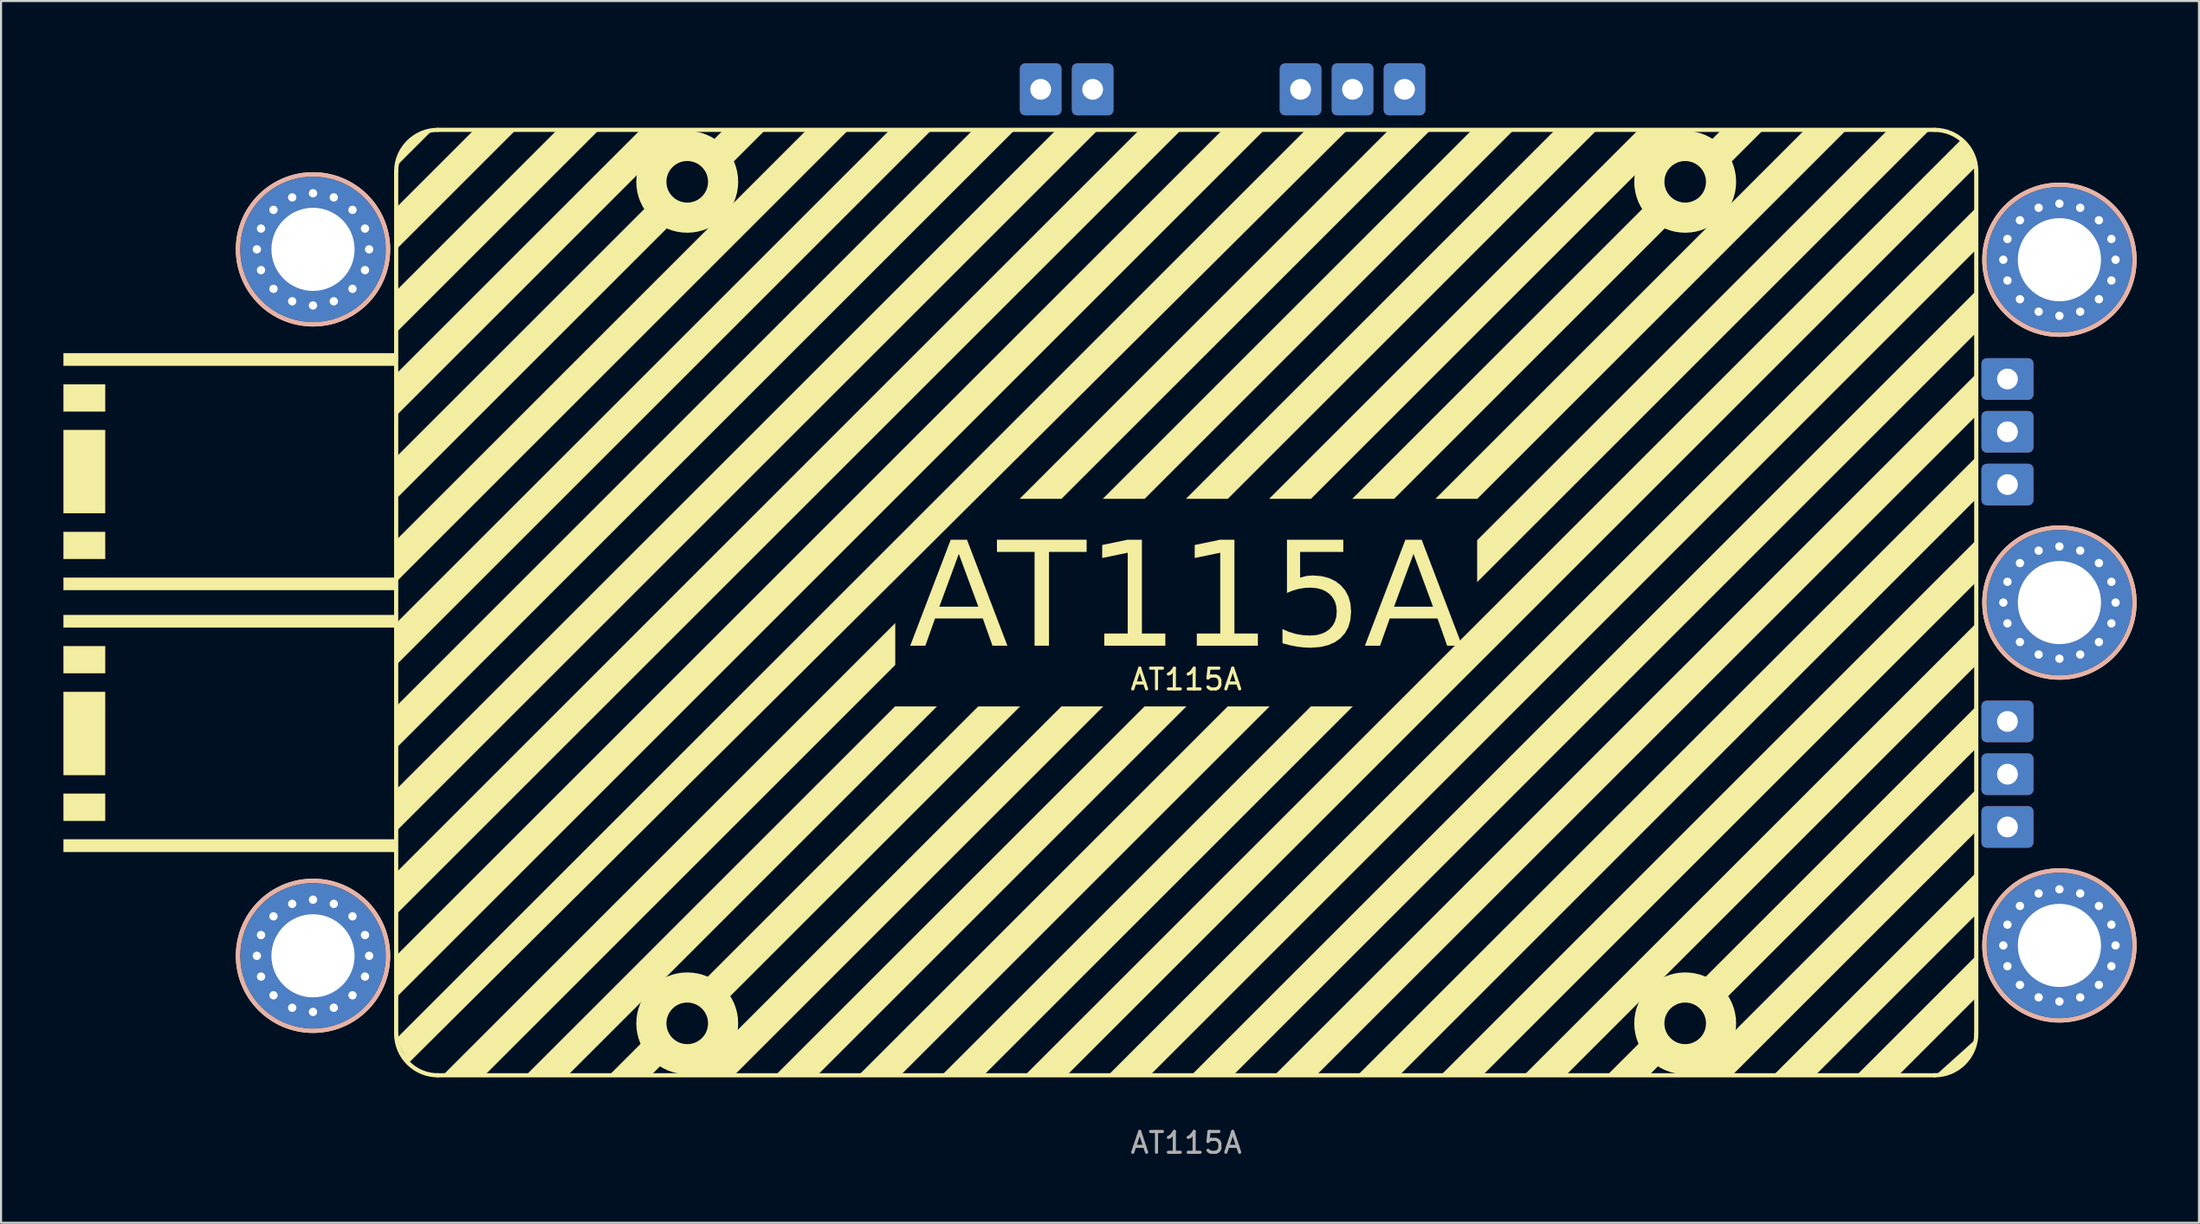
<source format=kicad_pcb>
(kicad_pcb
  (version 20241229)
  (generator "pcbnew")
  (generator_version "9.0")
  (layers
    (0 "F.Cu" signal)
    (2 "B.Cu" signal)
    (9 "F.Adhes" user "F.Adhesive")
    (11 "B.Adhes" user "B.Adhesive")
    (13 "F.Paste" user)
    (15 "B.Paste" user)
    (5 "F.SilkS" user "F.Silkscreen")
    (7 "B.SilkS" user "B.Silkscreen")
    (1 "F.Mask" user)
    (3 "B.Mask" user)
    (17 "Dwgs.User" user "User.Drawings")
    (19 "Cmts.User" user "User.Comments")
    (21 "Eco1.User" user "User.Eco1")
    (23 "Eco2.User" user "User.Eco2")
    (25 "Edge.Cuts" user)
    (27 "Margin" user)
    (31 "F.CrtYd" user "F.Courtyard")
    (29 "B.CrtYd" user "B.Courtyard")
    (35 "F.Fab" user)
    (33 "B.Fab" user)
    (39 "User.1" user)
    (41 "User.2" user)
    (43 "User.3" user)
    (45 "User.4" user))
  (footprint "AT115A"
    (layer "F.Cu")
    (at 54.005 25.95)
    (property "Reference" "AT115A" (at 0 3.7 0) (unlocked yes) (layer "F.SilkS") (effects (font (size 1 1) (thickness 0.15))))
    (attr exclude_from_pos_files exclude_from_bom)
    (fp_line (start -38 -20.75) (end -38 20.75) (stroke (width 0.2) (type default)) (layer "F.SilkS"))
    (fp_line (start -36 22.75) (end 36 22.75) (stroke (width 0.2) (type default)) (layer "F.SilkS"))
    (fp_line (start 36 -22.75) (end -36 -22.75) (stroke (width 0.2) (type default)) (layer "F.SilkS"))
    (fp_line (start 38 20.75) (end 38 -20.75) (stroke (width 0.2) (type default)) (layer "F.SilkS"))
    (fp_rect (start -54 -12) (end -38 -11.4) (stroke (width 0.01) (type solid)) (fill yes) (layer "F.SilkS"))
    (fp_rect (start -54 -10.5) (end -52 -9.2) (stroke (width 0.01) (type solid)) (fill yes) (layer "F.SilkS"))
    (fp_rect (start -54 -8.3) (end -52 -4.3) (stroke (width 0.01) (type solid)) (fill yes) (layer "F.SilkS"))
    (fp_rect (start -54 -3.4) (end -52 -2.1) (stroke (width 0.01) (type solid)) (fill yes) (layer "F.SilkS"))
    (fp_rect (start -54 -1.2) (end -38 -0.6) (stroke (width 0.01) (type solid)) (fill yes) (layer "F.SilkS"))
    (fp_rect (start -54 0.6) (end -38 1.2) (stroke (width 0.01) (type solid)) (fill yes) (layer "F.SilkS"))
    (fp_rect (start -54 2.1) (end -52 3.4) (stroke (width 0.01) (type solid)) (fill yes) (layer "F.SilkS"))
    (fp_rect (start -54 4.3) (end -52 8.3) (stroke (width 0.01) (type solid)) (fill yes) (layer "F.SilkS"))
    (fp_rect (start -54 9.2) (end -52 10.5) (stroke (width 0.01) (type solid)) (fill yes) (layer "F.SilkS"))
    (fp_rect (start -54 11.4) (end -38 12) (stroke (width 0.01) (type solid)) (fill yes) (layer "F.SilkS"))
    (fp_arc (start -38 -20.75) (mid -37.414214 -22.164214) (end -36 -22.75) (stroke (width 0.2) (type default)) (layer "F.SilkS"))
    (fp_arc (start -36 22.75) (mid -37.414214 22.164214) (end -38 20.75) (stroke (width 0.2) (type default)) (layer "F.SilkS"))
    (fp_arc (start 36 -22.75) (mid 37.414214 -22.164214) (end 38 -20.75) (stroke (width 0.2) (type default)) (layer "F.SilkS"))
    (fp_arc (start 38 20.75) (mid 37.414214 22.164214) (end 36 22.75) (stroke (width 0.2) (type default)) (layer "F.SilkS"))
    (fp_circle (center -42 -17) (end -38.388 -17) (stroke (width 0.2) (type default)) (fill no) (layer "F.SilkS"))
    (fp_circle (center -42 17) (end -38.388 17) (stroke (width 0.2) (type default)) (fill no) (layer "F.SilkS"))
    (fp_circle (center -24 -20.25) (end -22.5 -20.2) (stroke (width 1) (type default)) (fill no) (layer "F.SilkS"))
    (fp_circle (center -24 -20.25) (end -21.8 -20.25) (stroke (width 0.5) (type default)) (fill no) (layer "F.SilkS"))
    (fp_circle (center -24 20.25) (end -22.5 20.3) (stroke (width 1) (type default)) (fill no) (layer "F.SilkS"))
    (fp_circle (center -24 20.25) (end -21.8 20.25) (stroke (width 0.5) (type default)) (fill no) (layer "F.SilkS"))
    (fp_circle (center 24 -20.25) (end 25.5 -20.25) (stroke (width 1) (type default)) (fill no) (layer "F.SilkS"))
    (fp_circle (center 24 -20.25) (end 26.2 -20.25) (stroke (width 0.5) (type default)) (fill no) (layer "F.SilkS"))
    (fp_circle (center 24 20.25) (end 25.5 20.3) (stroke (width 1) (type default)) (fill no) (layer "F.SilkS"))
    (fp_circle (center 24 20.25) (end 26.2 20.25) (stroke (width 0.5) (type default)) (fill no) (layer "F.SilkS"))
    (fp_circle (center 42 -16.5) (end 45.612 -16.5) (stroke (width 0.2) (type default)) (fill no) (layer "F.SilkS"))
    (fp_circle (center 42 0) (end 45.612 0) (stroke (width 0.2) (type default)) (fill no) (layer "F.SilkS"))
    (fp_circle (center 42 16.5) (end 45.612 16.5) (stroke (width 0.2) (type default)) (fill no) (layer "F.SilkS"))
    (fp_poly (pts (xy -38 -19) (xy -34.2 -22.8) (xy -32.2 -22.8) (xy -38 -17)) (stroke (width 0.01) (type solid)) (fill yes) (layer "F.SilkS"))
    (fp_poly (pts (xy -38 -15) (xy -30.2 -22.8) (xy -28.2 -22.8) (xy -38 -13)) (stroke (width 0.01) (type solid)) (fill yes) (layer "F.SilkS"))
    (fp_poly (pts (xy -38 -11) (xy -26.2 -22.8) (xy -24.2 -22.8) (xy -38 -9)) (stroke (width 0.01) (type solid)) (fill yes) (layer "F.SilkS"))
    (fp_poly (pts (xy -38 -7) (xy -25.6 -19.4) (xy -24.4 -18.6) (xy -38 -5)) (stroke (width 0.01) (type solid)) (fill yes) (layer "F.SilkS"))
    (fp_poly (pts (xy -38 -3) (xy -18.2 -22.8) (xy -16.2 -22.8) (xy -38 -1)) (stroke (width 0.01) (type solid)) (fill yes) (layer "F.SilkS"))
    (fp_poly (pts (xy -38 1) (xy -14.2 -22.8) (xy -12.2 -22.8) (xy -38 3)) (stroke (width 0.01) (type solid)) (fill yes) (layer "F.SilkS"))
    (fp_poly (pts (xy -38 5) (xy -10.2 -22.8) (xy -8.2 -22.8) (xy -38 7)) (stroke (width 0.01) (type solid)) (fill yes) (layer "F.SilkS"))
    (fp_poly (pts (xy -38 9) (xy -6.2 -22.8) (xy -4.2 -22.8) (xy -38 11)) (stroke (width 0.01) (type solid)) (fill yes) (layer "F.SilkS"))
    (fp_poly (pts (xy -38 13) (xy -2.2 -22.8) (xy -0.2 -22.8) (xy -38 15)) (stroke (width 0.01) (type solid)) (fill yes) (layer "F.SilkS"))
    (fp_poly (pts (xy -38 17) (xy 1.8 -22.8) (xy 3.8 -22.8) (xy -38 19)) (stroke (width 0.01) (type solid)) (fill yes) (layer "F.SilkS"))
    (fp_poly (pts (xy -38 21) (xy 5.8 -22.8) (xy 7.8 -22.8) (xy -37.414 22.164)) (stroke (width 0.01) (type solid)) (fill yes) (layer "F.SilkS"))
    (fp_poly (pts (xy -37.8 -21.6) (xy -37.2 -22.4) (xy -36.2 -22.8) (xy -38 -21)) (stroke (width 0.01) (type solid)) (fill yes) (layer "F.SilkS"))
    (fp_poly (pts (xy -35.8 22.8) (xy -14 1) (xy -14 3) (xy -33.8 22.8)) (stroke (width 0.01) (type solid)) (fill yes) (layer "F.SilkS"))
    (fp_poly (pts (xy -31.8 22.8) (xy -14 5) (xy -12 5) (xy -29.8 22.8)) (stroke (width 0.01) (type solid)) (fill yes) (layer "F.SilkS"))
    (fp_poly (pts (xy -27.8 22.8) (xy -25.4 20.4) (xy -24.4 21.4) (xy -25.8 22.8)) (stroke (width 0.01) (type solid)) (fill yes) (layer "F.SilkS"))
    (fp_poly (pts (xy -23.8 22.8) (xy -6 5) (xy -4 5) (xy -21.8 22.8)) (stroke (width 0.01) (type solid)) (fill yes) (layer "F.SilkS"))
    (fp_poly (pts (xy -23.6 18.6) (xy -10 5) (xy -8 5) (xy -22.6 19.6)) (stroke (width 0.01) (type solid)) (fill yes) (layer "F.SilkS"))
    (fp_poly (pts (xy -20.2 -22.8) (xy -22.6 -20.4) (xy -23.6 -21.4) (xy -22.2 -22.8)) (stroke (width 0.01) (type solid)) (fill yes) (layer "F.SilkS"))
    (fp_poly (pts (xy -19.8 22.8) (xy -2 5) (xy 0 5) (xy -17.8 22.8)) (stroke (width 0.01) (type solid)) (fill yes) (layer "F.SilkS"))
    (fp_poly (pts (xy -15.8 22.8) (xy 2 5) (xy 4 5) (xy -13.8 22.8)) (stroke (width 0.01) (type solid)) (fill yes) (layer "F.SilkS"))
    (fp_poly (pts (xy -11.8 22.8) (xy 6 5) (xy 8 5) (xy -9.8 22.8)) (stroke (width 0.01) (type solid)) (fill yes) (layer "F.SilkS"))
    (fp_poly (pts (xy -8 -5) (xy 9.8 -22.8) (xy 11.8 -22.8) (xy -6 -5)) (stroke (width 0.01) (type solid)) (fill yes) (layer "F.SilkS"))
    (fp_poly (pts (xy -7.8 22.8) (xy 37.3 -22.3) (xy 38.05 -21.05) (xy -5.8 22.8)) (stroke (width 0.01) (type solid)) (fill yes) (layer "F.SilkS"))
    (fp_poly (pts (xy -4 -5) (xy 13.8 -22.8) (xy 15.8 -22.8) (xy -2 -5)) (stroke (width 0.01) (type solid)) (fill yes) (layer "F.SilkS"))
    (fp_poly (pts (xy -3.8 22.8) (xy 38 -19) (xy 38 -17) (xy -1.8 22.8)) (stroke (width 0.01) (type solid)) (fill yes) (layer "F.SilkS"))
    (fp_poly (pts (xy 0 -5) (xy 17.8 -22.8) (xy 19.8 -22.8) (xy 2 -5)) (stroke (width 0.01) (type solid)) (fill yes) (layer "F.SilkS"))
    (fp_poly (pts (xy 0.2 22.8) (xy 38 -15) (xy 38 -13) (xy 2.2 22.8)) (stroke (width 0.01) (type solid)) (fill yes) (layer "F.SilkS"))
    (fp_poly (pts (xy 4 -5) (xy 21.8 -22.8) (xy 23.8 -22.8) (xy 6 -5)) (stroke (width 0.01) (type solid)) (fill yes) (layer "F.SilkS"))
    (fp_poly (pts (xy 4.2 22.8) (xy 38 -11) (xy 38 -9) (xy 6.2 22.8)) (stroke (width 0.01) (type solid)) (fill yes) (layer "F.SilkS"))
    (fp_poly (pts (xy 8 -5) (xy 22.6 -19.6) (xy 23.8 -18.8) (xy 10 -5)) (stroke (width 0.01) (type solid)) (fill yes) (layer "F.SilkS"))
    (fp_poly (pts (xy 8.2 22.8) (xy 38 -7) (xy 38 -5) (xy 10.2 22.8)) (stroke (width 0.01) (type solid)) (fill yes) (layer "F.SilkS"))
    (fp_poly (pts (xy 12 -5) (xy 29.8 -22.8) (xy 31.8 -22.8) (xy 14 -5)) (stroke (width 0.01) (type solid)) (fill yes) (layer "F.SilkS"))
    (fp_poly (pts (xy 12.2 22.8) (xy 38 -3) (xy 38 -1) (xy 14.2 22.8)) (stroke (width 0.01) (type solid)) (fill yes) (layer "F.SilkS"))
    (fp_poly (pts (xy 14 -3) (xy 33.8 -22.8) (xy 35.8 -22.8) (xy 14 -1)) (stroke (width 0.01) (type solid)) (fill yes) (layer "F.SilkS"))
    (fp_poly (pts (xy 16.2 22.8) (xy 38 1) (xy 38 3) (xy 18.2 22.8)) (stroke (width 0.01) (type solid)) (fill yes) (layer "F.SilkS"))
    (fp_poly (pts (xy 20.2 22.8) (xy 22.6 20.4) (xy 23.6 21.4) (xy 22.2 22.8)) (stroke (width 0.01) (type solid)) (fill yes) (layer "F.SilkS"))
    (fp_poly (pts (xy 24.2 22.8) (xy 38 9) (xy 38 11) (xy 26.2 22.8)) (stroke (width 0.01) (type solid)) (fill yes) (layer "F.SilkS"))
    (fp_poly (pts (xy 24.4 18.6) (xy 38 5) (xy 38 7) (xy 25.4 19.6)) (stroke (width 0.01) (type solid)) (fill yes) (layer "F.SilkS"))
    (fp_poly (pts (xy 27.8 -22.8) (xy 25.4 -20.4) (xy 24.4 -21.4) (xy 25.8 -22.8)) (stroke (width 0.01) (type solid)) (fill yes) (layer "F.SilkS"))
    (fp_poly (pts (xy 37.6 22) (xy 36.8 22.6) (xy 36 22.8) (xy 38 21)) (stroke (width 0.01) (type solid)) (fill yes) (layer "F.SilkS"))
    (fp_poly (pts (xy 38 15) (xy 30.2 22.8) (xy 28.2 22.8) (xy 38 13)) (stroke (width 0.01) (type solid)) (fill yes) (layer "F.SilkS"))
    (fp_poly (pts (xy 38 19) (xy 34.2 22.8) (xy 32.2 22.8) (xy 38 17)) (stroke (width 0.01) (type solid)) (fill yes) (layer "F.SilkS"))
    (fp_circle (center -42 -17) (end -45.612 -17) (stroke (width 0.2) (type default)) (fill no) (layer "B.SilkS"))
    (fp_circle (center -42 17) (end -45.612 17) (stroke (width 0.2) (type default)) (fill no) (layer "B.SilkS"))
    (fp_circle (center 42 -16.5) (end 38.388 -16.5) (stroke (width 0.2) (type default)) (fill no) (layer "B.SilkS"))
    (fp_circle (center 42 0) (end 38.388 0) (stroke (width 0.2) (type default)) (fill no) (layer "B.SilkS"))
    (fp_circle (center 42 16.5) (end 38.388 16.5) (stroke (width 0.2) (type default)) (fill no) (layer "B.SilkS"))
    (fp_line (start -53.917 -1.517) (end -53.917 -11.083) (stroke (width 0.01) (type default)) (layer "User.1"))
    (fp_line (start -53.917 11.083) (end -53.917 1.517) (stroke (width 0.01) (type default)) (layer "User.1"))
    (fp_line (start -53 -12) (end -38 -12) (stroke (width 0.01) (type default)) (layer "User.1"))
    (fp_line (start -53 -0.6) (end -38 -0.6) (stroke (width 0.01) (type default)) (layer "User.1"))
    (fp_line (start -53 0.6) (end -38 0.6) (stroke (width 0.01) (type default)) (layer "User.1"))
    (fp_line (start -53 12) (end -38 12) (stroke (width 0.01) (type default)) (layer "User.1"))
    (fp_line (start -38 -20.75) (end -38 -19.65) (stroke (width 0.01) (type default)) (layer "User.1"))
    (fp_line (start -38 -20.75) (end -38 -19.65) (stroke (width 0.01) (type default)) (layer "User.1"))
    (fp_line (start -38 -20.75) (end -38 20.75) (stroke (width 0.01) (type default)) (layer "User.1"))
    (fp_line (start -38 -20.75) (end -38 20.75) (stroke (width 0.01) (type default)) (layer "User.1"))
    (fp_line (start -38 -14.35) (end -38 -12.473) (stroke (width 0.01) (type default)) (layer "User.1"))
    (fp_line (start -38 -14.35) (end -38 -12.473) (stroke (width 0.01) (type default)) (layer "User.1"))
    (fp_line (start -38 -14.35) (end -37.9 -14.35) (stroke (width 0.01) (type default)) (layer "User.1"))
    (fp_line (start -38 -14.35) (end -37.9 -14.35) (stroke (width 0.01) (type default)) (layer "User.1"))
    (fp_line (start -38 -6.25) (end -38 6.25) (stroke (width 0.01) (type default)) (layer "User.1"))
    (fp_line (start -38 -6.25) (end -38 6.25) (stroke (width 0.01) (type default)) (layer "User.1"))
    (fp_line (start -37.9 -20.65) (end -37.9 20.65) (stroke (width 0.01) (type default)) (layer "User.1"))
    (fp_line (start -37.9 -20.65) (end -37.9 20.65) (stroke (width 0.01) (type default)) (layer "User.1"))
    (fp_line (start -37.9 -14.35) (end -37.9 -12.473) (stroke (width 0.01) (type default)) (layer "User.1"))
    (fp_line (start -37.9 -14.35) (end -37.9 -12.473) (stroke (width 0.01) (type default)) (layer "User.1"))
    (fp_line (start -37.9 -12.473) (end -38 -12.473) (stroke (width 0.01) (type default)) (layer "User.1"))
    (fp_line (start -37.9 -12.473) (end -38 -12.473) (stroke (width 0.01) (type default)) (layer "User.1"))
    (fp_line (start -37.9 6.25) (end -37.9 -6.25) (stroke (width 0.01) (type default)) (layer "User.1"))
    (fp_line (start -37.9 6.25) (end -37.9 -6.25) (stroke (width 0.01) (type default)) (layer "User.1"))
    (fp_line (start -37.5 -20.75) (end -37.5 20.75) (stroke (width 0.01) (type default)) (layer "User.1"))
    (fp_line (start -37.5 -20.75) (end -37.5 20.75) (stroke (width 0.01) (type default)) (layer "User.1"))
    (fp_line (start -37.4 -20.65) (end -37.4 20.65) (stroke (width 0.01) (type default)) (layer "User.1"))
    (fp_line (start -37.4 -20.65) (end -37.4 20.65) (stroke (width 0.01) (type default)) (layer "User.1"))
    (fp_line (start -36 22.25) (end 36 22.25) (stroke (width 0.01) (type default)) (layer "User.1"))
    (fp_line (start -36 22.25) (end 36 22.25) (stroke (width 0.01) (type default)) (layer "User.1"))
    (fp_line (start -36 22.65) (end 35.9 22.65) (stroke (width 0.01) (type default)) (layer "User.1"))
    (fp_line (start -36 22.75) (end 36 22.75) (stroke (width 0.01) (type default)) (layer "User.1"))
    (fp_line (start -36 22.75) (end 36 22.75) (stroke (width 0.01) (type default)) (layer "User.1"))
    (fp_line (start -36 22.75) (end 36 22.75) (stroke (width 0.01) (type default)) (layer "User.1"))
    (fp_line (start -36 22.75) (end 36 22.75) (stroke (width 0.01) (type default)) (layer "User.1"))
    (fp_line (start -35.9 22.15) (end 35.9 22.15) (stroke (width 0.01) (type default)) (layer "User.1"))
    (fp_line (start -35.9 22.15) (end 35.9 22.15) (stroke (width 0.01) (type default)) (layer "User.1"))
    (fp_line (start -35.9 22.65) (end 35.9 22.65) (stroke (width 0.01) (type default)) (layer "User.1"))
    (fp_line (start -35.9 22.65) (end 35.9 22.65) (stroke (width 0.01) (type default)) (layer "User.1"))
    (fp_line (start -35.9 22.65) (end 35.9 22.65) (stroke (width 0.01) (type default)) (layer "User.1"))
    (fp_line (start 35.9 -22.65) (end -35.9 -22.65) (stroke (width 0.01) (type default)) (layer "User.1"))
    (fp_line (start 35.9 -22.65) (end -35.9 -22.65) (stroke (width 0.01) (type default)) (layer "User.1"))
    (fp_line (start 35.9 -22.65) (end -35.9 -22.65) (stroke (width 0.01) (type default)) (layer "User.1"))
    (fp_line (start 35.9 -22.65) (end -35.9 -22.65) (stroke (width 0.01) (type default)) (layer "User.1"))
    (fp_line (start 35.9 -22.15) (end -35.9 -22.15) (stroke (width 0.01) (type default)) (layer "User.1"))
    (fp_line (start 35.9 -22.15) (end -35.9 -22.15) (stroke (width 0.01) (type default)) (layer "User.1"))
    (fp_line (start 36 -22.75) (end -36 -22.75) (stroke (width 0.01) (type default)) (layer "User.1"))
    (fp_line (start 36 -22.75) (end -36 -22.75) (stroke (width 0.01) (type default)) (layer "User.1"))
    (fp_line (start 36 -22.75) (end -36 -22.75) (stroke (width 0.01) (type default)) (layer "User.1"))
    (fp_line (start 36 -22.75) (end -36 -22.75) (stroke (width 0.01) (type default)) (layer "User.1"))
    (fp_line (start 36 -22.25) (end -36 -22.25) (stroke (width 0.01) (type default)) (layer "User.1"))
    (fp_line (start 36 -22.25) (end -36 -22.25) (stroke (width 0.01) (type default)) (layer "User.1"))
    (fp_line (start 37.4 20.65) (end 37.4 -20.65) (stroke (width 0.01) (type default)) (layer "User.1"))
    (fp_line (start 37.4 20.65) (end 37.4 -20.65) (stroke (width 0.01) (type default)) (layer "User.1"))
    (fp_line (start 37.5 20.75) (end 37.5 -20.75) (stroke (width 0.01) (type default)) (layer "User.1"))
    (fp_line (start 37.5 20.75) (end 37.5 -20.75) (stroke (width 0.01) (type default)) (layer "User.1"))
    (fp_line (start 37.9 -19.15) (end 37.9 -20.65) (stroke (width 0.01) (type default)) (layer "User.1"))
    (fp_line (start 37.9 -19.15) (end 37.9 -20.65) (stroke (width 0.01) (type default)) (layer "User.1"))
    (fp_line (start 37.9 -13.85) (end 38 -13.85) (stroke (width 0.01) (type default)) (layer "User.1"))
    (fp_line (start 37.9 -13.85) (end 38 -13.85) (stroke (width 0.01) (type default)) (layer "User.1"))
    (fp_line (start 37.9 -2.65) (end 37.9 -13.85) (stroke (width 0.01) (type default)) (layer "User.1"))
    (fp_line (start 37.9 -2.65) (end 37.9 -13.85) (stroke (width 0.01) (type default)) (layer "User.1"))
    (fp_line (start 37.9 13.85) (end 37.9 2.65) (stroke (width 0.01) (type default)) (layer "User.1"))
    (fp_line (start 37.9 13.85) (end 37.9 2.65) (stroke (width 0.01) (type default)) (layer "User.1"))
    (fp_line (start 37.9 19.15) (end 38 19.15) (stroke (width 0.01) (type default)) (layer "User.1"))
    (fp_line (start 37.9 19.15) (end 38 19.15) (stroke (width 0.01) (type default)) (layer "User.1"))
    (fp_line (start 37.9 20.65) (end 37.9 -20.65) (stroke (width 0.01) (type default)) (layer "User.1"))
    (fp_line (start 37.9 20.65) (end 37.9 -20.65) (stroke (width 0.01) (type default)) (layer "User.1"))
    (fp_line (start 37.9 20.65) (end 37.9 19.15) (stroke (width 0.01) (type default)) (layer "User.1"))
    (fp_line (start 37.9 20.65) (end 37.9 19.15) (stroke (width 0.01) (type default)) (layer "User.1"))
    (fp_line (start 38 -19.15) (end 37.9 -19.15) (stroke (width 0.01) (type default)) (layer "User.1"))
    (fp_line (start 38 -19.15) (end 37.9 -19.15) (stroke (width 0.01) (type default)) (layer "User.1"))
    (fp_line (start 38 -19.15) (end 38 -20.75) (stroke (width 0.01) (type default)) (layer "User.1"))
    (fp_line (start 38 -19.15) (end 38 -20.75) (stroke (width 0.01) (type default)) (layer "User.1"))
    (fp_line (start 38 -19) (end 38 -19.15) (stroke (width 0.01) (type default)) (layer "User.1"))
    (fp_line (start 38 -11.76) (end 38 -12.25) (stroke (width 0.01) (type default)) (layer "User.1"))
    (fp_line (start 38 -2.65) (end 38 -13.85) (stroke (width 0.01) (type default)) (layer "User.1"))
    (fp_line (start 38 -2.65) (end 38 -13.85) (stroke (width 0.01) (type default)) (layer "User.1"))
    (fp_line (start 38 13.85) (end 37.9 13.85) (stroke (width 0.01) (type default)) (layer "User.1"))
    (fp_line (start 38 13.85) (end 37.9 13.85) (stroke (width 0.01) (type default)) (layer "User.1"))
    (fp_line (start 38 13.85) (end 38 2.65) (stroke (width 0.01) (type default)) (layer "User.1"))
    (fp_line (start 38 13.85) (end 38 2.65) (stroke (width 0.01) (type default)) (layer "User.1"))
    (fp_line (start 38 14) (end 38 13.85) (stroke (width 0.01) (type default)) (layer "User.1"))
    (fp_line (start 38 20.75) (end 38 -20.75) (stroke (width 0.01) (type default)) (layer "User.1"))
    (fp_line (start 38 20.75) (end 38 -20.75) (stroke (width 0.01) (type default)) (layer "User.1"))
    (fp_line (start 38 20.75) (end 38 19.15) (stroke (width 0.01) (type default)) (layer "User.1"))
    (fp_line (start 38 20.75) (end 38 19.15) (stroke (width 0.01) (type default)) (layer "User.1"))
    (fp_arc (start -53.916515 -11.083484) (mid -53.648072 -11.731556) (end -53 -12) (stroke (width 0.01) (type default)) (layer "User.1"))
    (fp_arc (start -53.916515 -11.083484) (mid -53.648072 -11.731556) (end -53 -12) (stroke (width 0.01) (type default)) (layer "User.1"))
    (fp_arc (start -53.916515 -11.083484) (mid -53.648072 -11.731556) (end -53 -12) (stroke (width 0.01) (type default)) (layer "User.1"))
    (fp_arc (start -53.916515 -11.083484) (mid -53.648072 -11.731556) (end -53 -12) (stroke (width 0.01) (type default)) (layer "User.1"))
    (fp_arc (start -53.916515 1.516516) (mid -53.648072 0.868444) (end -53 0.6) (stroke (width 0.01) (type default)) (layer "User.1"))
    (fp_arc (start -53.916515 1.516516) (mid -53.648072 0.868444) (end -53 0.6) (stroke (width 0.01) (type default)) (layer "User.1"))
    (fp_arc (start -53.916515 1.516516) (mid -53.648072 0.868444) (end -53 0.6) (stroke (width 0.01) (type default)) (layer "User.1"))
    (fp_arc (start -53.916515 1.516516) (mid -53.648072 0.868444) (end -53 0.6) (stroke (width 0.01) (type default)) (layer "User.1"))
    (fp_arc (start -53 -12) (mid -53 -12) (end -53 -12) (stroke (width 0.01) (type default)) (layer "User.1"))
    (fp_arc (start -53 -12) (mid -53 -12) (end -53 -12) (stroke (width 0.01) (type default)) (layer "User.1"))
    (fp_arc (start -53 -12) (mid -53 -12) (end -53 -12) (stroke (width 0.01) (type default)) (layer "User.1"))
    (fp_arc (start -53 -12) (mid -53 -12) (end -53 -12) (stroke (width 0.01) (type default)) (layer "User.1"))
    (fp_arc (start -53 -0.6) (mid -53.648072 -0.868444) (end -53.916515 -1.516516) (stroke (width 0.01) (type default)) (layer "User.1"))
    (fp_arc (start -53 -0.6) (mid -53.648072 -0.868444) (end -53.916515 -1.516516) (stroke (width 0.01) (type default)) (layer "User.1"))
    (fp_arc (start -53 -0.6) (mid -53.648072 -0.868444) (end -53.916515 -1.516516) (stroke (width 0.01) (type default)) (layer "User.1"))
    (fp_arc (start -53 -0.6) (mid -53.648072 -0.868444) (end -53.916515 -1.516516) (stroke (width 0.01) (type default)) (layer "User.1"))
    (fp_arc (start -53 0.6) (mid -53 0.6) (end -53 0.6) (stroke (width 0.01) (type default)) (layer "User.1"))
    (fp_arc (start -53 0.6) (mid -53 0.6) (end -53 0.6) (stroke (width 0.01) (type default)) (layer "User.1"))
    (fp_arc (start -53 0.6) (mid -53 0.6) (end -53 0.6) (stroke (width 0.01) (type default)) (layer "User.1"))
    (fp_arc (start -53 0.6) (mid -53 0.6) (end -53 0.6) (stroke (width 0.01) (type default)) (layer "User.1"))
    (fp_arc (start -53 12) (mid -53.648072 11.731556) (end -53.916515 11.083484) (stroke (width 0.01) (type default)) (layer "User.1"))
    (fp_arc (start -53 12) (mid -53.648072 11.731556) (end -53.916515 11.083484) (stroke (width 0.01) (type default)) (layer "User.1"))
    (fp_arc (start -53 12) (mid -53.648072 11.731556) (end -53.916515 11.083484) (stroke (width 0.01) (type default)) (layer "User.1"))
    (fp_arc (start -53 12) (mid -53.648072 11.731556) (end -53.916515 11.083484) (stroke (width 0.01) (type default)) (layer "User.1"))
    (fp_arc (start -51.9 -12) (mid -51.9 -12) (end -51.9 -12) (stroke (width 0.01) (type default)) (layer "User.1"))
    (fp_arc (start -51.9 -12) (mid -51.9 -12) (end -51.9 -12) (stroke (width 0.01) (type default)) (layer "User.1"))
    (fp_arc (start -51.9 -12) (mid -51.9 -12) (end -51.9 -12) (stroke (width 0.01) (type default)) (layer "User.1"))
    (fp_arc (start -51.9 -12) (mid -51.9 -12) (end -51.9 -12) (stroke (width 0.01) (type default)) (layer "User.1"))
    (fp_arc (start -38 -20.75) (mid -37.414214 -22.164214) (end -36 -22.75) (stroke (width 0.01) (type default)) (layer "User.1"))
    (fp_arc (start -38 -20.75) (mid -37.414214 -22.164214) (end -36 -22.75) (stroke (width 0.01) (type default)) (layer "User.1"))
    (fp_arc (start -38 -20.75) (mid -37.414214 -22.164214) (end -36 -22.75) (stroke (width 0.01) (type default)) (layer "User.1"))
    (fp_arc (start -38 -20.75) (mid -37.414214 -22.164214) (end -36 -22.75) (stroke (width 0.01) (type default)) (layer "User.1"))
    (fp_arc (start -38 6.25) (mid -38 6.25) (end -38 6.25) (stroke (width 0.01) (type default)) (layer "User.1"))
    (fp_arc (start -38 6.25) (mid -38 6.25) (end -38 6.25) (stroke (width 0.01) (type default)) (layer "User.1"))
    (fp_arc (start -37.9 -20.65) (mid -37.314214 -22.064214) (end -35.9 -22.65) (stroke (width 0.01) (type default)) (layer "User.1"))
    (fp_arc (start -37.9 -20.65) (mid -37.314214 -22.064214) (end -35.9 -22.65) (stroke (width 0.01) (type default)) (layer "User.1"))
    (fp_arc (start -37.9 -20.65) (mid -37.314214 -22.064214) (end -35.9 -22.65) (stroke (width 0.01) (type default)) (layer "User.1"))
    (fp_arc (start -37.9 -20.65) (mid -37.314214 -22.064214) (end -35.9 -22.65) (stroke (width 0.01) (type default)) (layer "User.1"))
    (fp_arc (start -37.9 -6.25) (mid -37.9 -6.25) (end -37.9 -6.25) (stroke (width 0.01) (type default)) (layer "User.1"))
    (fp_arc (start -37.9 -6.25) (mid -37.9 -6.25) (end -37.9 -6.25) (stroke (width 0.01) (type default)) (layer "User.1"))
    (fp_arc (start -37.5 -20.75) (mid -37.06066 -21.81066) (end -36 -22.249999) (stroke (width 0.01) (type default)) (layer "User.1"))
    (fp_arc (start -37.499999 -20.75) (mid -37.060659 -21.810659) (end -36 -22.249999) (stroke (width 0.01) (type default)) (layer "User.1"))
    (fp_arc (start -37.4 -20.65) (mid -36.96066 -21.71066) (end -35.9 -22.15) (stroke (width 0.01) (type default)) (layer "User.1"))
    (fp_arc (start -37.4 -20.65) (mid -36.96066 -21.71066) (end -35.9 -22.149999) (stroke (width 0.01) (type default)) (layer "User.1"))
    (fp_arc (start -36 22.249999) (mid -37.060659 21.810659) (end -37.5 20.75) (stroke (width 0.01) (type default)) (layer "User.1"))
    (fp_arc (start -36 22.25) (mid -37.06066 21.81066) (end -37.5 20.75) (stroke (width 0.01) (type default)) (layer "User.1"))
    (fp_arc (start -36 22.75) (mid -37.414214 22.164214) (end -38 20.75) (stroke (width 0.01) (type default)) (layer "User.1"))
    (fp_arc (start -36 22.75) (mid -37.414214 22.164214) (end -38 20.75) (stroke (width 0.01) (type default)) (layer "User.1"))
    (fp_arc (start -36 22.75) (mid -37.414214 22.164214) (end -38 20.75) (stroke (width 0.01) (type default)) (layer "User.1"))
    (fp_arc (start -36 22.75) (mid -37.414214 22.164214) (end -37.999999 20.75) (stroke (width 0.01) (type default)) (layer "User.1"))
    (fp_arc (start -35.9 22.149999) (mid -36.960659 21.710659) (end -37.399999 20.65) (stroke (width 0.01) (type default)) (layer "User.1"))
    (fp_arc (start -35.9 22.15) (mid -36.96066 21.71066) (end -37.4 20.65) (stroke (width 0.01) (type default)) (layer "User.1"))
    (fp_arc (start -35.9 22.649999) (mid -37.314213 22.064213) (end -37.9 20.65) (stroke (width 0.01) (type default)) (layer "User.1"))
    (fp_arc (start -35.9 22.65) (mid -37.314214 22.064214) (end -37.9 20.65) (stroke (width 0.01) (type default)) (layer "User.1"))
    (fp_arc (start -35.9 22.65) (mid -37.314214 22.064214) (end -37.9 20.65) (stroke (width 0.01) (type default)) (layer "User.1"))
    (fp_arc (start -35.9 22.65) (mid -37.314214 22.064214) (end -37.9 20.65) (stroke (width 0.01) (type default)) (layer "User.1"))
    (fp_arc (start 35.9 -22.65) (mid 37.314214 -22.064214) (end 37.9 -20.65) (stroke (width 0.01) (type default)) (layer "User.1"))
    (fp_arc (start 35.9 -22.65) (mid 37.314214 -22.064214) (end 37.9 -20.65) (stroke (width 0.01) (type default)) (layer "User.1"))
    (fp_arc (start 35.9 -22.65) (mid 37.314214 -22.064214) (end 37.9 -20.65) (stroke (width 0.01) (type default)) (layer "User.1"))
    (fp_arc (start 35.9 -22.65) (mid 37.314214 -22.064214) (end 37.9 -20.65) (stroke (width 0.01) (type default)) (layer "User.1"))
    (fp_arc (start 35.9 -22.15) (mid 36.96066 -21.71066) (end 37.4 -20.65) (stroke (width 0.01) (type default)) (layer "User.1"))
    (fp_arc (start 35.9 -22.15) (mid 36.96066 -21.71066) (end 37.4 -20.65) (stroke (width 0.01) (type default)) (layer "User.1"))
    (fp_arc (start 36 -22.75) (mid 37.414214 -22.164214) (end 38 -20.75) (stroke (width 0.01) (type default)) (layer "User.1"))
    (fp_arc (start 36 -22.75) (mid 37.414214 -22.164214) (end 38 -20.75) (stroke (width 0.01) (type default)) (layer "User.1"))
    (fp_arc (start 36 -22.75) (mid 37.414214 -22.164214) (end 38 -20.75) (stroke (width 0.01) (type default)) (layer "User.1"))
    (fp_arc (start 36 -22.75) (mid 37.414214 -22.164214) (end 38 -20.75) (stroke (width 0.01) (type default)) (layer "User.1"))
    (fp_arc (start 36 -22.25) (mid 37.06066 -21.81066) (end 37.5 -20.75) (stroke (width 0.01) (type default)) (layer "User.1"))
    (fp_arc (start 36 -22.25) (mid 37.06066 -21.81066) (end 37.5 -20.75) (stroke (width 0.01) (type default)) (layer "User.1"))
    (fp_arc (start 37.399999 20.65) (mid 36.960659 21.710659) (end 35.9 22.149999) (stroke (width 0.01) (type default)) (layer "User.1"))
    (fp_arc (start 37.4 20.65) (mid 36.96066 21.71066) (end 35.9 22.15) (stroke (width 0.01) (type default)) (layer "User.1"))
    (fp_arc (start 37.499999 20.75) (mid 37.060659 21.810659) (end 36 22.249998) (stroke (width 0.01) (type default)) (layer "User.1"))
    (fp_arc (start 37.5 20.75) (mid 37.06066 21.81066) (end 36 22.25) (stroke (width 0.01) (type default)) (layer "User.1"))
    (fp_arc (start 37.9 20.65) (mid 37.314214 22.064214) (end 35.9 22.65) (stroke (width 0.01) (type default)) (layer "User.1"))
    (fp_arc (start 37.9 20.65) (mid 37.314214 22.064214) (end 35.9 22.65) (stroke (width 0.01) (type default)) (layer "User.1"))
    (fp_arc (start 37.9 20.65) (mid 37.314214 22.064214) (end 35.9 22.65) (stroke (width 0.01) (type default)) (layer "User.1"))
    (fp_arc (start 37.9 20.65) (mid 37.314214 22.064214) (end 35.9 22.65) (stroke (width 0.01) (type default)) (layer "User.1"))
    (fp_arc (start 38 -19) (mid 38 -19) (end 38 -19) (stroke (width 0.01) (type default)) (layer "User.1"))
    (fp_arc (start 38 -19) (mid 38 -19) (end 38 -19) (stroke (width 0.01) (type default)) (layer "User.1"))
    (fp_arc (start 38 14) (mid 38 14) (end 38 14) (stroke (width 0.01) (type default)) (layer "User.1"))
    (fp_arc (start 38 14) (mid 38 14) (end 38 14) (stroke (width 0.01) (type default)) (layer "User.1"))
    (fp_arc (start 38 20.75) (mid 37.414214 22.164214) (end 36 22.75) (stroke (width 0.01) (type default)) (layer "User.1"))
    (fp_arc (start 38 20.75) (mid 37.414214 22.164214) (end 36 22.75) (stroke (width 0.01) (type default)) (layer "User.1"))
    (fp_arc (start 38 20.75) (mid 37.414214 22.164214) (end 36 22.75) (stroke (width 0.01) (type default)) (layer "User.1"))
    (fp_arc (start 38 20.75) (mid 37.414214 22.164214) (end 36 22.75) (stroke (width 0.01) (type default)) (layer "User.1"))
    (fp_circle (center -42 -17) (end -40.25 -17) (stroke (width 0.01) (type default)) (fill no) (layer "User.1"))
    (fp_circle (center -42 -17) (end -40.25 -17) (stroke (width 0.01) (type default)) (fill no) (layer "User.1"))
    (fp_circle (center -42 -17) (end -40.25 -17) (stroke (width 0.01) (type default)) (fill no) (layer "User.1"))
    (fp_circle (center -42 -17) (end -40.25 -17) (stroke (width 0.01) (type default)) (fill no) (layer "User.1"))
    (fp_circle (center -42 -17) (end -39.5 -17) (stroke (width 0.01) (type default)) (fill no) (layer "User.1"))
    (fp_circle (center -42 -17) (end -39.5 -17) (stroke (width 0.01) (type default)) (fill no) (layer "User.1"))
    (fp_circle (center -42 17) (end -40.25 17) (stroke (width 0.01) (type default)) (fill no) (layer "User.1"))
    (fp_circle (center -42 17) (end -40.25 17) (stroke (width 0.01) (type default)) (fill no) (layer "User.1"))
    (fp_circle (center -42 17) (end -40.25 17) (stroke (width 0.01) (type default)) (fill no) (layer "User.1"))
    (fp_circle (center -42 17) (end -40.25 17) (stroke (width 0.01) (type default)) (fill no) (layer "User.1"))
    (fp_circle (center -42 17) (end -39.5 17) (stroke (width 0.01) (type default)) (fill no) (layer "User.1"))
    (fp_circle (center -42 17) (end -39.5 17) (stroke (width 0.01) (type default)) (fill no) (layer "User.1"))
    (fp_circle (center -35 -19.75) (end -34.05 -19.75) (stroke (width 0.01) (type default)) (fill no) (layer "User.1"))
    (fp_circle (center -35 -19.75) (end -34.05 -19.75) (stroke (width 0.01) (type default)) (fill no) (layer "User.1"))
    (fp_circle (center -35 -19.75) (end -33.75 -19.75) (stroke (width 0.01) (type default)) (fill no) (layer "User.1"))
    (fp_circle (center -35 -19.75) (end -33.75 -19.75) (stroke (width 0.01) (type default)) (fill no) (layer "User.1"))
    (fp_circle (center -35 -19.75) (end -33.75 -19.75) (stroke (width 0.01) (type default)) (fill no) (layer "User.1"))
    (fp_circle (center -35 -19.75) (end -33.75 -19.75) (stroke (width 0.01) (type default)) (fill no) (layer "User.1"))
    (fp_circle (center -35 -19.75) (end -33.45 -19.75) (stroke (width 0.01) (type default)) (fill no) (layer "User.1"))
    (fp_circle (center -35 -19.75) (end -33.45 -19.75) (stroke (width 0.01) (type default)) (fill no) (layer "User.1"))
    (fp_circle (center -35 19.75) (end -34.05 19.75) (stroke (width 0.01) (type default)) (fill no) (layer "User.1"))
    (fp_circle (center -35 19.75) (end -34.05 19.75) (stroke (width 0.01) (type default)) (fill no) (layer "User.1"))
    (fp_circle (center -35 19.75) (end -33.75 19.75) (stroke (width 0.01) (type default)) (fill no) (layer "User.1"))
    (fp_circle (center -35 19.75) (end -33.75 19.75) (stroke (width 0.01) (type default)) (fill no) (layer "User.1"))
    (fp_circle (center -35 19.75) (end -33.75 19.75) (stroke (width 0.01) (type default)) (fill no) (layer "User.1"))
    (fp_circle (center -35 19.75) (end -33.75 19.75) (stroke (width 0.01) (type default)) (fill no) (layer "User.1"))
    (fp_circle (center -35 19.75) (end -33.45 19.75) (stroke (width 0.01) (type default)) (fill no) (layer "User.1"))
    (fp_circle (center -35 19.75) (end -33.45 19.75) (stroke (width 0.01) (type default)) (fill no) (layer "User.1"))
    (fp_circle (center -24 -20.25) (end -23 -20.25) (stroke (width 0.01) (type default)) (fill no) (layer "User.1"))
    (fp_circle (center -24 -20.25) (end -23 -20.25) (stroke (width 0.01) (type default)) (fill no) (layer "User.1"))
    (fp_circle (center -24 -20.25) (end -23 -20.25) (stroke (width 0.01) (type default)) (fill no) (layer "User.1"))
    (fp_circle (center -24 -20.25) (end -23 -20.25) (stroke (width 0.01) (type default)) (fill no) (layer "User.1"))
    (fp_circle (center -24 -20.25) (end -22.7 -20.25) (stroke (width 0.01) (type default)) (fill no) (layer "User.1"))
    (fp_circle (center -24 -20.25) (end -22.7 -20.25) (stroke (width 0.01) (type default)) (fill no) (layer "User.1"))
    (fp_circle (center -24 20.25) (end -23 20.25) (stroke (width 0.01) (type default)) (fill no) (layer "User.1"))
    (fp_circle (center -24 20.25) (end -23 20.25) (stroke (width 0.01) (type default)) (fill no) (layer "User.1"))
    (fp_circle (center -24 20.25) (end -23 20.25) (stroke (width 0.01) (type default)) (fill no) (layer "User.1"))
    (fp_circle (center -24 20.25) (end -23 20.25) (stroke (width 0.01) (type default)) (fill no) (layer "User.1"))
    (fp_circle (center -24 20.25) (end -22.7 20.25) (stroke (width 0.01) (type default)) (fill no) (layer "User.1"))
    (fp_circle (center -24 20.25) (end -22.7 20.25) (stroke (width 0.01) (type default)) (fill no) (layer "User.1"))
    (fp_circle (center -7 -24.7) (end -6.5 -24.7) (stroke (width 0.01) (type default)) (fill no) (layer "User.1"))
    (fp_circle (center -7 -24.7) (end -6.5 -24.7) (stroke (width 0.01) (type default)) (fill no) (layer "User.1"))
    (fp_circle (center -7 -24.7) (end -6.5 -24.7) (stroke (width 0.01) (type default)) (fill no) (layer "User.1"))
    (fp_circle (center -7 -24.7) (end -6.5 -24.7) (stroke (width 0.01) (type default)) (fill no) (layer "User.1"))
    (fp_circle (center -7 -24.7) (end -6 -24.7) (stroke (width 0.01) (type default)) (fill no) (layer "User.1"))
    (fp_circle (center -7 -24.7) (end -6 -24.7) (stroke (width 0.01) (type default)) (fill no) (layer "User.1"))
    (fp_circle (center -7 -24.7) (end -6 -24.7) (stroke (width 0.01) (type default)) (fill no) (layer "User.1"))
    (fp_circle (center -7 -24.7) (end -6 -24.7) (stroke (width 0.01) (type default)) (fill no) (layer "User.1"))
    (fp_circle (center -4.5 -24.7) (end -4 -24.7) (stroke (width 0.01) (type default)) (fill no) (layer "User.1"))
    (fp_circle (center -4.5 -24.7) (end -4 -24.7) (stroke (width 0.01) (type default)) (fill no) (layer "User.1"))
    (fp_circle (center -4.5 -24.7) (end -4 -24.7) (stroke (width 0.01) (type default)) (fill no) (layer "User.1"))
    (fp_circle (center -4.5 -24.7) (end -4 -24.7) (stroke (width 0.01) (type default)) (fill no) (layer "User.1"))
    (fp_circle (center -4.5 -24.7) (end -3.5 -24.7) (stroke (width 0.01) (type default)) (fill no) (layer "User.1"))
    (fp_circle (center -4.5 -24.7) (end -3.5 -24.7) (stroke (width 0.01) (type default)) (fill no) (layer "User.1"))
    (fp_circle (center -4.5 -24.7) (end -3.5 -24.7) (stroke (width 0.01) (type default)) (fill no) (layer "User.1"))
    (fp_circle (center -4.5 -24.7) (end -3.5 -24.7) (stroke (width 0.01) (type default)) (fill no) (layer "User.1"))
    (fp_circle (center 5.5 -24.7) (end 6 -24.7) (stroke (width 0.01) (type default)) (fill no) (layer "User.1"))
    (fp_circle (center 5.5 -24.7) (end 6 -24.7) (stroke (width 0.01) (type default)) (fill no) (layer "User.1"))
    (fp_circle (center 5.5 -24.7) (end 6 -24.7) (stroke (width 0.01) (type default)) (fill no) (layer "User.1"))
    (fp_circle (center 5.5 -24.7) (end 6 -24.7) (stroke (width 0.01) (type default)) (fill no) (layer "User.1"))
    (fp_circle (center 5.5 -24.7) (end 6.5 -24.7) (stroke (width 0.01) (type default)) (fill no) (layer "User.1"))
    (fp_circle (center 5.5 -24.7) (end 6.5 -24.7) (stroke (width 0.01) (type default)) (fill no) (layer "User.1"))
    (fp_circle (center 5.5 -24.7) (end 6.5 -24.7) (stroke (width 0.01) (type default)) (fill no) (layer "User.1"))
    (fp_circle (center 5.5 -24.7) (end 6.5 -24.7) (stroke (width 0.01) (type default)) (fill no) (layer "User.1"))
    (fp_circle (center 8 -24.7) (end 8.5 -24.7) (stroke (width 0.01) (type default)) (fill no) (layer "User.1"))
    (fp_circle (center 8 -24.7) (end 8.5 -24.7) (stroke (width 0.01) (type default)) (fill no) (layer "User.1"))
    (fp_circle (center 8 -24.7) (end 8.5 -24.7) (stroke (width 0.01) (type default)) (fill no) (layer "User.1"))
    (fp_circle (center 8 -24.7) (end 8.5 -24.7) (stroke (width 0.01) (type default)) (fill no) (layer "User.1"))
    (fp_circle (center 8 -24.7) (end 9 -24.7) (stroke (width 0.01) (type default)) (fill no) (layer "User.1"))
    (fp_circle (center 8 -24.7) (end 9 -24.7) (stroke (width 0.01) (type default)) (fill no) (layer "User.1"))
    (fp_circle (center 8 -24.7) (end 9 -24.7) (stroke (width 0.01) (type default)) (fill no) (layer "User.1"))
    (fp_circle (center 8 -24.7) (end 9 -24.7) (stroke (width 0.01) (type default)) (fill no) (layer "User.1"))
    (fp_circle (center 10.5 -24.7) (end 11 -24.7) (stroke (width 0.01) (type default)) (fill no) (layer "User.1"))
    (fp_circle (center 10.5 -24.7) (end 11 -24.7) (stroke (width 0.01) (type default)) (fill no) (layer "User.1"))
    (fp_circle (center 10.5 -24.7) (end 11 -24.7) (stroke (width 0.01) (type default)) (fill no) (layer "User.1"))
    (fp_circle (center 10.5 -24.7) (end 11 -24.7) (stroke (width 0.01) (type default)) (fill no) (layer "User.1"))
    (fp_circle (center 10.5 -24.7) (end 11.5 -24.7) (stroke (width 0.01) (type default)) (fill no) (layer "User.1"))
    (fp_circle (center 10.5 -24.7) (end 11.5 -24.7) (stroke (width 0.01) (type default)) (fill no) (layer "User.1"))
    (fp_circle (center 10.5 -24.7) (end 11.5 -24.7) (stroke (width 0.01) (type default)) (fill no) (layer "User.1"))
    (fp_circle (center 10.5 -24.7) (end 11.5 -24.7) (stroke (width 0.01) (type default)) (fill no) (layer "User.1"))
    (fp_circle (center 24 -20.25) (end 25 -20.25) (stroke (width 0.01) (type default)) (fill no) (layer "User.1"))
    (fp_circle (center 24 -20.25) (end 25 -20.25) (stroke (width 0.01) (type default)) (fill no) (layer "User.1"))
    (fp_circle (center 24 -20.25) (end 25 -20.25) (stroke (width 0.01) (type default)) (fill no) (layer "User.1"))
    (fp_circle (center 24 -20.25) (end 25 -20.25) (stroke (width 0.01) (type default)) (fill no) (layer "User.1"))
    (fp_circle (center 24 -20.25) (end 25.3 -20.25) (stroke (width 0.01) (type default)) (fill no) (layer "User.1"))
    (fp_circle (center 24 -20.25) (end 25.3 -20.25) (stroke (width 0.01) (type default)) (fill no) (layer "User.1"))
    (fp_circle (center 24 20.25) (end 25 20.25) (stroke (width 0.01) (type default)) (fill no) (layer "User.1"))
    (fp_circle (center 24 20.25) (end 25 20.25) (stroke (width 0.01) (type default)) (fill no) (layer "User.1"))
    (fp_circle (center 24 20.25) (end 25 20.25) (stroke (width 0.01) (type default)) (fill no) (layer "User.1"))
    (fp_circle (center 24 20.25) (end 25 20.25) (stroke (width 0.01) (type default)) (fill no) (layer "User.1"))
    (fp_circle (center 24 20.25) (end 25.3 20.25) (stroke (width 0.01) (type default)) (fill no) (layer "User.1"))
    (fp_circle (center 24 20.25) (end 25.3 20.25) (stroke (width 0.01) (type default)) (fill no) (layer "User.1"))
    (fp_circle (center 35 -19.75) (end 35.95 -19.75) (stroke (width 0.01) (type default)) (fill no) (layer "User.1"))
    (fp_circle (center 35 -19.75) (end 35.95 -19.75) (stroke (width 0.01) (type default)) (fill no) (layer "User.1"))
    (fp_circle (center 35 -19.75) (end 36.25 -19.75) (stroke (width 0.01) (type default)) (fill no) (layer "User.1"))
    (fp_circle (center 35 -19.75) (end 36.25 -19.75) (stroke (width 0.01) (type default)) (fill no) (layer "User.1"))
    (fp_circle (center 35 -19.75) (end 36.25 -19.75) (stroke (width 0.01) (type default)) (fill no) (layer "User.1"))
    (fp_circle (center 35 -19.75) (end 36.25 -19.75) (stroke (width 0.01) (type default)) (fill no) (layer "User.1"))
    (fp_circle (center 35 -19.75) (end 36.55 -19.75) (stroke (width 0.01) (type default)) (fill no) (layer "User.1"))
    (fp_circle (center 35 -19.75) (end 36.55 -19.75) (stroke (width 0.01) (type default)) (fill no) (layer "User.1"))
    (fp_circle (center 35 19.75) (end 35.95 19.75) (stroke (width 0.01) (type default)) (fill no) (layer "User.1"))
    (fp_circle (center 35 19.75) (end 35.95 19.75) (stroke (width 0.01) (type default)) (fill no) (layer "User.1"))
    (fp_circle (center 35 19.75) (end 36.25 19.75) (stroke (width 0.01) (type default)) (fill no) (layer "User.1"))
    (fp_circle (center 35 19.75) (end 36.25 19.75) (stroke (width 0.01) (type default)) (fill no) (layer "User.1"))
    (fp_circle (center 35 19.75) (end 36.25 19.75) (stroke (width 0.01) (type default)) (fill no) (layer "User.1"))
    (fp_circle (center 35 19.75) (end 36.25 19.75) (stroke (width 0.01) (type default)) (fill no) (layer "User.1"))
    (fp_circle (center 35 19.75) (end 36.55 19.75) (stroke (width 0.01) (type default)) (fill no) (layer "User.1"))
    (fp_circle (center 35 19.75) (end 36.55 19.75) (stroke (width 0.01) (type default)) (fill no) (layer "User.1"))
    (fp_circle (center 39.5 -10.76) (end 40 -10.76) (stroke (width 0.01) (type default)) (fill no) (layer "User.1"))
    (fp_circle (center 39.5 -10.76) (end 40 -10.76) (stroke (width 0.01) (type default)) (fill no) (layer "User.1"))
    (fp_circle (center 39.5 -10.76) (end 40 -10.76) (stroke (width 0.01) (type default)) (fill no) (layer "User.1"))
    (fp_circle (center 39.5 -10.76) (end 40 -10.76) (stroke (width 0.01) (type default)) (fill no) (layer "User.1"))
    (fp_circle (center 39.5 -10.76) (end 40.5 -10.76) (stroke (width 0.01) (type default)) (fill no) (layer "User.1"))
    (fp_circle (center 39.5 -10.76) (end 40.5 -10.76) (stroke (width 0.01) (type default)) (fill no) (layer "User.1"))
    (fp_circle (center 39.5 -10.76) (end 40.5 -10.76) (stroke (width 0.01) (type default)) (fill no) (layer "User.1"))
    (fp_circle (center 39.5 -10.76) (end 40.5 -10.76) (stroke (width 0.01) (type default)) (fill no) (layer "User.1"))
    (fp_circle (center 39.5 -8.22) (end 40 -8.22) (stroke (width 0.01) (type default)) (fill no) (layer "User.1"))
    (fp_circle (center 39.5 -8.22) (end 40 -8.22) (stroke (width 0.01) (type default)) (fill no) (layer "User.1"))
    (fp_circle (center 39.5 -8.22) (end 40 -8.22) (stroke (width 0.01) (type default)) (fill no) (layer "User.1"))
    (fp_circle (center 39.5 -8.22) (end 40 -8.22) (stroke (width 0.01) (type default)) (fill no) (layer "User.1"))
    (fp_circle (center 39.5 -8.22) (end 40.5 -8.22) (stroke (width 0.01) (type default)) (fill no) (layer "User.1"))
    (fp_circle (center 39.5 -8.22) (end 40.5 -8.22) (stroke (width 0.01) (type default)) (fill no) (layer "User.1"))
    (fp_circle (center 39.5 -8.22) (end 40.5 -8.22) (stroke (width 0.01) (type default)) (fill no) (layer "User.1"))
    (fp_circle (center 39.5 -8.22) (end 40.5 -8.22) (stroke (width 0.01) (type default)) (fill no) (layer "User.1"))
    (fp_circle (center 39.5 -5.68) (end 40 -5.68) (stroke (width 0.01) (type default)) (fill no) (layer "User.1"))
    (fp_circle (center 39.5 -5.68) (end 40 -5.68) (stroke (width 0.01) (type default)) (fill no) (layer "User.1"))
    (fp_circle (center 39.5 -5.68) (end 40 -5.68) (stroke (width 0.01) (type default)) (fill no) (layer "User.1"))
    (fp_circle (center 39.5 -5.68) (end 40 -5.68) (stroke (width 0.01) (type default)) (fill no) (layer "User.1"))
    (fp_circle (center 39.5 -5.68) (end 40.5 -5.68) (stroke (width 0.01) (type default)) (fill no) (layer "User.1"))
    (fp_circle (center 39.5 -5.68) (end 40.5 -5.68) (stroke (width 0.01) (type default)) (fill no) (layer "User.1"))
    (fp_circle (center 39.5 -5.68) (end 40.5 -5.68) (stroke (width 0.01) (type default)) (fill no) (layer "User.1"))
    (fp_circle (center 39.5 -5.68) (end 40.5 -5.68) (stroke (width 0.01) (type default)) (fill no) (layer "User.1"))
    (fp_circle (center 39.5 5.72) (end 40 5.72) (stroke (width 0.01) (type default)) (fill no) (layer "User.1"))
    (fp_circle (center 39.5 5.72) (end 40 5.72) (stroke (width 0.01) (type default)) (fill no) (layer "User.1"))
    (fp_circle (center 39.5 5.72) (end 40 5.72) (stroke (width 0.01) (type default)) (fill no) (layer "User.1"))
    (fp_circle (center 39.5 5.72) (end 40 5.72) (stroke (width 0.01) (type default)) (fill no) (layer "User.1"))
    (fp_circle (center 39.5 5.72) (end 40.5 5.72) (stroke (width 0.01) (type default)) (fill no) (layer "User.1"))
    (fp_circle (center 39.5 5.72) (end 40.5 5.72) (stroke (width 0.01) (type default)) (fill no) (layer "User.1"))
    (fp_circle (center 39.5 5.72) (end 40.5 5.72) (stroke (width 0.01) (type default)) (fill no) (layer "User.1"))
    (fp_circle (center 39.5 5.72) (end 40.5 5.72) (stroke (width 0.01) (type default)) (fill no) (layer "User.1"))
    (fp_circle (center 39.5 8.26) (end 40 8.26) (stroke (width 0.01) (type default)) (fill no) (layer "User.1"))
    (fp_circle (center 39.5 8.26) (end 40 8.26) (stroke (width 0.01) (type default)) (fill no) (layer "User.1"))
    (fp_circle (center 39.5 8.26) (end 40 8.26) (stroke (width 0.01) (type default)) (fill no) (layer "User.1"))
    (fp_circle (center 39.5 8.26) (end 40 8.26) (stroke (width 0.01) (type default)) (fill no) (layer "User.1"))
    (fp_circle (center 39.5 8.26) (end 40.5 8.26) (stroke (width 0.01) (type default)) (fill no) (layer "User.1"))
    (fp_circle (center 39.5 8.26) (end 40.5 8.26) (stroke (width 0.01) (type default)) (fill no) (layer "User.1"))
    (fp_circle (center 39.5 8.26) (end 40.5 8.26) (stroke (width 0.01) (type default)) (fill no) (layer "User.1"))
    (fp_circle (center 39.5 8.26) (end 40.5 8.26) (stroke (width 0.01) (type default)) (fill no) (layer "User.1"))
    (fp_circle (center 39.5 10.8) (end 40 10.8) (stroke (width 0.01) (type default)) (fill no) (layer "User.1"))
    (fp_circle (center 39.5 10.8) (end 40 10.8) (stroke (width 0.01) (type default)) (fill no) (layer "User.1"))
    (fp_circle (center 39.5 10.8) (end 40 10.8) (stroke (width 0.01) (type default)) (fill no) (layer "User.1"))
    (fp_circle (center 39.5 10.8) (end 40 10.8) (stroke (width 0.01) (type default)) (fill no) (layer "User.1"))
    (fp_circle (center 39.5 10.8) (end 40.5 10.8) (stroke (width 0.01) (type default)) (fill no) (layer "User.1"))
    (fp_circle (center 39.5 10.8) (end 40.5 10.8) (stroke (width 0.01) (type default)) (fill no) (layer "User.1"))
    (fp_circle (center 39.5 10.8) (end 40.5 10.8) (stroke (width 0.01) (type default)) (fill no) (layer "User.1"))
    (fp_circle (center 39.5 10.8) (end 40.5 10.8) (stroke (width 0.01) (type default)) (fill no) (layer "User.1"))
    (fp_circle (center 42 -16.5) (end 43.75 -16.5) (stroke (width 0.01) (type default)) (fill no) (layer "User.1"))
    (fp_circle (center 42 -16.5) (end 43.75 -16.5) (stroke (width 0.01) (type default)) (fill no) (layer "User.1"))
    (fp_circle (center 42 -16.5) (end 43.75 -16.5) (stroke (width 0.01) (type default)) (fill no) (layer "User.1"))
    (fp_circle (center 42 -16.5) (end 43.75 -16.5) (stroke (width 0.01) (type default)) (fill no) (layer "User.1"))
    (fp_circle (center 42 -16.5) (end 44.5 -16.5) (stroke (width 0.01) (type default)) (fill no) (layer "User.1"))
    (fp_circle (center 42 -16.5) (end 44.5 -16.5) (stroke (width 0.01) (type default)) (fill no) (layer "User.1"))
    (fp_circle (center 42 -16.5) (end 44.5 -16.5) (stroke (width 0.01) (type default)) (fill no) (layer "User.1"))
    (fp_circle (center 42 -16.5) (end 44.5 -16.5) (stroke (width 0.01) (type default)) (fill no) (layer "User.1"))
    (fp_circle (center 42 0) (end 43.75 0) (stroke (width 0.01) (type default)) (fill no) (layer "User.1"))
    (fp_circle (center 42 0) (end 43.75 0) (stroke (width 0.01) (type default)) (fill no) (layer "User.1"))
    (fp_circle (center 42 0) (end 43.75 0) (stroke (width 0.01) (type default)) (fill no) (layer "User.1"))
    (fp_circle (center 42 0) (end 43.75 0) (stroke (width 0.01) (type default)) (fill no) (layer "User.1"))
    (fp_circle (center 42 0) (end 44.5 0) (stroke (width 0.01) (type default)) (fill no) (layer "User.1"))
    (fp_circle (center 42 0) (end 44.5 0) (stroke (width 0.01) (type default)) (fill no) (layer "User.1"))
    (fp_circle (center 42 0) (end 44.5 0) (stroke (width 0.01) (type default)) (fill no) (layer "User.1"))
    (fp_circle (center 42 0) (end 44.5 0) (stroke (width 0.01) (type default)) (fill no) (layer "User.1"))
    (fp_circle (center 42 16.5) (end 43.75 16.5) (stroke (width 0.01) (type default)) (fill no) (layer "User.1"))
    (fp_circle (center 42 16.5) (end 43.75 16.5) (stroke (width 0.01) (type default)) (fill no) (layer "User.1"))
    (fp_circle (center 42 16.5) (end 43.75 16.5) (stroke (width 0.01) (type default)) (fill no) (layer "User.1"))
    (fp_circle (center 42 16.5) (end 43.75 16.5) (stroke (width 0.01) (type default)) (fill no) (layer "User.1"))
    (fp_circle (center 42 16.5) (end 44.5 16.5) (stroke (width 0.01) (type default)) (fill no) (layer "User.1"))
    (fp_circle (center 42 16.5) (end 44.5 16.5) (stroke (width 0.01) (type default)) (fill no) (layer "User.1"))
    (fp_circle (center 42 16.5) (end 44.5 16.5) (stroke (width 0.01) (type default)) (fill no) (layer "User.1"))
    (fp_circle (center 42 16.5) (end 44.5 16.5) (stroke (width 0.01) (type default)) (fill no) (layer "User.1"))
    (fp_curve (pts (xy -44.494 -16.984) (xy -44.493 -16.362) (xy -44.247 -15.745) (xy -43.822 -15.293)) (stroke (width 0.01) (type default)) (layer "User.1"))
    (fp_curve (pts (xy -44.494 -16.984) (xy -44.493 -16.362) (xy -44.247 -15.745) (xy -43.822 -15.293)) (stroke (width 0.01) (type default)) (layer "User.1"))
    (fp_curve (pts (xy -44.494 17.016) (xy -44.493 17.659) (xy -44.23 18.296) (xy -43.779 18.753)) (stroke (width 0.01) (type default)) (layer "User.1"))
    (fp_curve (pts (xy -44.494 17.016) (xy -44.493 17.659) (xy -44.23 18.296) (xy -43.779 18.753)) (stroke (width 0.01) (type default)) (layer "User.1"))
    (fp_curve (pts (xy -43.822 -15.293) (xy -43.395 -14.832) (xy -42.789 -14.544) (xy -42.162 -14.505)) (stroke (width 0.01) (type default)) (layer "User.1"))
    (fp_curve (pts (xy -43.822 -15.293) (xy -43.395 -14.832) (xy -42.789 -14.544) (xy -42.162 -14.505)) (stroke (width 0.01) (type default)) (layer "User.1"))
    (fp_curve (pts (xy -43.779 18.753) (xy -43.326 19.218) (xy -42.686 19.493) (xy -42.037 19.5)) (stroke (width 0.01) (type default)) (layer "User.1"))
    (fp_curve (pts (xy -43.779 18.753) (xy -43.326 19.218) (xy -42.686 19.493) (xy -42.037 19.5)) (stroke (width 0.01) (type default)) (layer "User.1"))
    (fp_curve (pts (xy -43.764 -18.768) (xy -44.232 -18.302) (xy -44.501 -17.645) (xy -44.494 -16.984)) (stroke (width 0.01) (type default)) (layer "User.1"))
    (fp_curve (pts (xy -43.764 -18.768) (xy -44.232 -18.302) (xy -44.501 -17.645) (xy -44.494 -16.984)) (stroke (width 0.01) (type default)) (layer "User.1"))
    (fp_curve (pts (xy -43.764 15.232) (xy -44.232 15.698) (xy -44.501 16.355) (xy -44.494 17.016)) (stroke (width 0.01) (type default)) (layer "User.1"))
    (fp_curve (pts (xy -43.764 15.232) (xy -44.232 15.698) (xy -44.501 16.355) (xy -44.494 17.016)) (stroke (width 0.01) (type default)) (layer "User.1"))
    (fp_curve (pts (xy -42.162 -14.505) (xy -41.431 -14.453) (xy -40.685 -14.747) (xy -40.185 -15.285)) (stroke (width 0.01) (type default)) (layer "User.1"))
    (fp_curve (pts (xy -42.162 -14.505) (xy -41.431 -14.453) (xy -40.685 -14.747) (xy -40.185 -15.285)) (stroke (width 0.01) (type default)) (layer "User.1"))
    (fp_curve (pts (xy -42.037 19.5) (xy -41.388 19.512) (xy -40.74 19.256) (xy -40.274 18.805)) (stroke (width 0.01) (type default)) (layer "User.1"))
    (fp_curve (pts (xy -42.037 19.5) (xy -41.388 19.512) (xy -40.74 19.256) (xy -40.274 18.805)) (stroke (width 0.01) (type default)) (layer "User.1"))
    (fp_curve (pts (xy -42 -19.5) (xy -42.654 -19.503) (xy -43.303 -19.233) (xy -43.764 -18.768)) (stroke (width 0.01) (type default)) (layer "User.1"))
    (fp_curve (pts (xy -42 -19.5) (xy -42.654 -19.503) (xy -43.303 -19.233) (xy -43.764 -18.768)) (stroke (width 0.01) (type default)) (layer "User.1"))
    (fp_curve (pts (xy -42 14.5) (xy -42.654 14.497) (xy -43.303 14.767) (xy -43.764 15.232)) (stroke (width 0.01) (type default)) (layer "User.1"))
    (fp_curve (pts (xy -42 14.5) (xy -42.654 14.497) (xy -43.303 14.767) (xy -43.764 15.232)) (stroke (width 0.01) (type default)) (layer "User.1"))
    (fp_curve (pts (xy -40.274 18.805) (xy -39.804 18.357) (xy -39.522 17.718) (xy -39.507 17.068)) (stroke (width 0.01) (type default)) (layer "User.1"))
    (fp_curve (pts (xy -40.274 18.805) (xy -39.804 18.357) (xy -39.522 17.718) (xy -39.507 17.068)) (stroke (width 0.01) (type default)) (layer "User.1"))
    (fp_curve (pts (xy -40.185 -15.285) (xy -39.768 -15.726) (xy -39.521 -16.324) (xy -39.507 -16.932)) (stroke (width 0.01) (type default)) (layer "User.1"))
    (fp_curve (pts (xy -40.185 -15.285) (xy -39.768 -15.726) (xy -39.521 -16.324) (xy -39.507 -16.932)) (stroke (width 0.01) (type default)) (layer "User.1"))
    (fp_curve (pts (xy -40.045 -18.552) (xy -40.507 -19.145) (xy -41.249 -19.505) (xy -42 -19.5)) (stroke (width 0.01) (type default)) (layer "User.1"))
    (fp_curve (pts (xy -40.045 -18.552) (xy -40.507 -19.145) (xy -41.249 -19.505) (xy -42 -19.5)) (stroke (width 0.01) (type default)) (layer "User.1"))
    (fp_curve (pts (xy -40.045 15.448) (xy -40.507 14.855) (xy -41.249 14.495) (xy -42 14.5)) (stroke (width 0.01) (type default)) (layer "User.1"))
    (fp_curve (pts (xy -40.045 15.448) (xy -40.507 14.855) (xy -41.249 14.495) (xy -42 14.5)) (stroke (width 0.01) (type default)) (layer "User.1"))
    (fp_curve (pts (xy -39.507 -16.932) (xy -39.489 -17.513) (xy -39.683 -18.097) (xy -40.045 -18.552)) (stroke (width 0.01) (type default)) (layer "User.1"))
    (fp_curve (pts (xy -39.507 -16.932) (xy -39.489 -17.513) (xy -39.683 -18.097) (xy -40.045 -18.552)) (stroke (width 0.01) (type default)) (layer "User.1"))
    (fp_curve (pts (xy -39.507 17.068) (xy -39.489 16.487) (xy -39.683 15.903) (xy -40.045 15.448)) (stroke (width 0.01) (type default)) (layer "User.1"))
    (fp_curve (pts (xy -39.507 17.068) (xy -39.489 16.487) (xy -39.683 15.903) (xy -40.045 15.448)) (stroke (width 0.01) (type default)) (layer "User.1"))
    (fp_text user "AT115A" (at 0 0 0) (unlocked yes) (layer "F.SilkS") (effects (font (face "Nasalization Rg") (size 5 5) (thickness 0.15))))
    (fp_text user "${REFERENCE}" (at 0 26 0) (unlocked yes) (layer "F.Fab") (effects (font (size 1 1) (thickness 0.15))))
    (pad "1" thru_hole circle (at -44.7 -17) (size 0.8 0.8) (drill 0.4) (layers "*.Cu" "*.Mask"))
    (pad "1" thru_hole circle (at -44.5 -18) (size 0.8 0.8) (drill 0.4) (layers "*.Cu" "*.Mask"))
    (pad "1" thru_hole circle (at -44.5 -16) (size 0.8 0.8) (drill 0.4) (layers "*.Cu" "*.Mask"))
    (pad "1" thru_hole circle (at -43.9 -18.9) (size 0.8 0.8) (drill 0.4) (layers "*.Cu" "*.Mask"))
    (pad "1" thru_hole circle (at -43.9 -15.1) (size 0.8 0.8) (drill 0.4) (layers "*.Cu" "*.Mask"))
    (pad "1" thru_hole circle (at -43 -19.5) (size 0.8 0.8) (drill 0.4) (layers "*.Cu" "*.Mask"))
    (pad "1" thru_hole circle (at -43 -14.5) (size 0.8 0.8) (drill 0.4) (layers "*.Cu" "*.Mask"))
    (pad "1" thru_hole circle (at -42 -19.7) (size 0.8 0.8) (drill 0.4) (layers "*.Cu" "*.Mask"))
    (pad "1" thru_hole circle (at -42 -17) (size 7 7) (drill 4) (layers "*.Cu" "*.Mask"))
    (pad "1" thru_hole circle (at -42 -14.3) (size 0.8 0.8) (drill 0.4) (layers "*.Cu" "*.Mask"))
    (pad "1" thru_hole circle (at -41 -19.5) (size 0.8 0.8) (drill 0.4) (layers "*.Cu" "*.Mask"))
    (pad "1" thru_hole circle (at -41 -14.5) (size 0.8 0.8) (drill 0.4) (layers "*.Cu" "*.Mask"))
    (pad "1" thru_hole circle (at -40.1 -18.9) (size 0.8 0.8) (drill 0.4) (layers "*.Cu" "*.Mask"))
    (pad "1" thru_hole circle (at -40.1 -15.1) (size 0.8 0.8) (drill 0.4) (layers "*.Cu" "*.Mask"))
    (pad "1" thru_hole circle (at -39.5 -18) (size 0.8 0.8) (drill 0.4) (layers "*.Cu" "*.Mask"))
    (pad "1" thru_hole circle (at -39.5 -16) (size 0.8 0.8) (drill 0.4) (layers "*.Cu" "*.Mask"))
    (pad "1" thru_hole circle (at -39.3 -17) (size 0.8 0.8) (drill 0.4) (layers "*.Cu" "*.Mask"))
    (pad "2" thru_hole circle (at -44.7 17) (size 0.8 0.8) (drill 0.4) (layers "*.Cu" "*.Mask"))
    (pad "2" thru_hole circle (at -44.5 16) (size 0.8 0.8) (drill 0.4) (layers "*.Cu" "*.Mask"))
    (pad "2" thru_hole circle (at -44.5 18) (size 0.8 0.8) (drill 0.4) (layers "*.Cu" "*.Mask"))
    (pad "2" thru_hole circle (at -43.9 15.1) (size 0.8 0.8) (drill 0.4) (layers "*.Cu" "*.Mask"))
    (pad "2" thru_hole circle (at -43.9 18.9) (size 0.8 0.8) (drill 0.4) (layers "*.Cu" "*.Mask"))
    (pad "2" thru_hole circle (at -43 14.5) (size 0.8 0.8) (drill 0.4) (layers "*.Cu" "*.Mask"))
    (pad "2" thru_hole circle (at -43 19.5) (size 0.8 0.8) (drill 0.4) (layers "*.Cu" "*.Mask"))
    (pad "2" thru_hole circle (at -42 14.3) (size 0.8 0.8) (drill 0.4) (layers "*.Cu" "*.Mask"))
    (pad "2" thru_hole circle (at -42 17) (size 7 7) (drill 4) (layers "*.Cu" "*.Mask"))
    (pad "2" thru_hole circle (at -42 19.7) (size 0.8 0.8) (drill 0.4) (layers "*.Cu" "*.Mask"))
    (pad "2" thru_hole circle (at -41 14.5) (size 0.8 0.8) (drill 0.4) (layers "*.Cu" "*.Mask"))
    (pad "2" thru_hole circle (at -41 19.5) (size 0.8 0.8) (drill 0.4) (layers "*.Cu" "*.Mask"))
    (pad "2" thru_hole circle (at -40.1 15.1) (size 0.8 0.8) (drill 0.4) (layers "*.Cu" "*.Mask"))
    (pad "2" thru_hole circle (at -40.1 18.9) (size 0.8 0.8) (drill 0.4) (layers "*.Cu" "*.Mask"))
    (pad "2" thru_hole circle (at -39.5 16) (size 0.8 0.8) (drill 0.4) (layers "*.Cu" "*.Mask"))
    (pad "2" thru_hole circle (at -39.5 18) (size 0.8 0.8) (drill 0.4) (layers "*.Cu" "*.Mask"))
    (pad "2" thru_hole circle (at -39.3 17) (size 0.8 0.8) (drill 0.4) (layers "*.Cu" "*.Mask"))
    (pad "3" thru_hole circle (at 39.3 16.5) (size 0.8 0.8) (drill 0.4) (layers "*.Cu" "*.Mask"))
    (pad "3" thru_hole circle (at 39.5 15.5) (size 0.8 0.8) (drill 0.4) (layers "*.Cu" "*.Mask"))
    (pad "3" thru_hole circle (at 39.5 17.5) (size 0.8 0.8) (drill 0.4) (layers "*.Cu" "*.Mask"))
    (pad "3" thru_hole circle (at 40.1 14.6) (size 0.8 0.8) (drill 0.4) (layers "*.Cu" "*.Mask"))
    (pad "3" thru_hole circle (at 40.1 18.4) (size 0.8 0.8) (drill 0.4) (layers "*.Cu" "*.Mask"))
    (pad "3" thru_hole circle (at 41 14) (size 0.8 0.8) (drill 0.4) (layers "*.Cu" "*.Mask"))
    (pad "3" thru_hole circle (at 41 19) (size 0.8 0.8) (drill 0.4) (layers "*.Cu" "*.Mask"))
    (pad "3" thru_hole circle (at 42 13.8) (size 0.8 0.8) (drill 0.4) (layers "*.Cu" "*.Mask"))
    (pad "3" thru_hole circle (at 42 16.5) (size 7 7) (drill 4) (layers "*.Cu" "*.Mask"))
    (pad "3" thru_hole circle (at 42 19.2) (size 0.8 0.8) (drill 0.4) (layers "*.Cu" "*.Mask"))
    (pad "3" thru_hole circle (at 43 14) (size 0.8 0.8) (drill 0.4) (layers "*.Cu" "*.Mask"))
    (pad "3" thru_hole circle (at 43 19) (size 0.8 0.8) (drill 0.4) (layers "*.Cu" "*.Mask"))
    (pad "3" thru_hole circle (at 43.9 14.6) (size 0.8 0.8) (drill 0.4) (layers "*.Cu" "*.Mask"))
    (pad "3" thru_hole circle (at 43.9 18.4) (size 0.8 0.8) (drill 0.4) (layers "*.Cu" "*.Mask"))
    (pad "3" thru_hole circle (at 44.5 15.5) (size 0.8 0.8) (drill 0.4) (layers "*.Cu" "*.Mask"))
    (pad "3" thru_hole circle (at 44.5 17.5) (size 0.8 0.8) (drill 0.4) (layers "*.Cu" "*.Mask"))
    (pad "3" thru_hole circle (at 44.7 16.5) (size 0.8 0.8) (drill 0.4) (layers "*.Cu" "*.Mask"))
    (pad "4" thru_hole circle (at 39.3 0) (size 0.8 0.8) (drill 0.4) (layers "*.Cu" "*.Mask"))
    (pad "4" thru_hole circle (at 39.5 -1) (size 0.8 0.8) (drill 0.4) (layers "*.Cu" "*.Mask"))
    (pad "4" thru_hole circle (at 39.5 1) (size 0.8 0.8) (drill 0.4) (layers "*.Cu" "*.Mask"))
    (pad "4" thru_hole circle (at 40.1 -1.9) (size 0.8 0.8) (drill 0.4) (layers "*.Cu" "*.Mask"))
    (pad "4" thru_hole circle (at 40.1 1.9) (size 0.8 0.8) (drill 0.4) (layers "*.Cu" "*.Mask"))
    (pad "4" thru_hole circle (at 41 -2.5) (size 0.8 0.8) (drill 0.4) (layers "*.Cu" "*.Mask"))
    (pad "4" thru_hole circle (at 41 2.5) (size 0.8 0.8) (drill 0.4) (layers "*.Cu" "*.Mask"))
    (pad "4" thru_hole circle (at 42 -2.7) (size 0.8 0.8) (drill 0.4) (layers "*.Cu" "*.Mask"))
    (pad "4" thru_hole circle (at 42 0) (size 7 7) (drill 4) (layers "*.Cu" "*.Mask"))
    (pad "4" thru_hole circle (at 42 2.7) (size 0.8 0.8) (drill 0.4) (layers "*.Cu" "*.Mask"))
    (pad "4" thru_hole circle (at 43 -2.5) (size 0.8 0.8) (drill 0.4) (layers "*.Cu" "*.Mask"))
    (pad "4" thru_hole circle (at 43 2.5) (size 0.8 0.8) (drill 0.4) (layers "*.Cu" "*.Mask"))
    (pad "4" thru_hole circle (at 43.9 -1.9) (size 0.8 0.8) (drill 0.4) (layers "*.Cu" "*.Mask"))
    (pad "4" thru_hole circle (at 43.9 1.9) (size 0.8 0.8) (drill 0.4) (layers "*.Cu" "*.Mask"))
    (pad "4" thru_hole circle (at 44.5 -1) (size 0.8 0.8) (drill 0.4) (layers "*.Cu" "*.Mask"))
    (pad "4" thru_hole circle (at 44.5 1) (size 0.8 0.8) (drill 0.4) (layers "*.Cu" "*.Mask"))
    (pad "4" thru_hole circle (at 44.7 0) (size 0.8 0.8) (drill 0.4) (layers "*.Cu" "*.Mask"))
    (pad "5" thru_hole circle (at 39.3 -16.5) (size 0.8 0.8) (drill 0.4) (layers "*.Cu" "*.Mask"))
    (pad "5" thru_hole circle (at 39.5 -17.5) (size 0.8 0.8) (drill 0.4) (layers "*.Cu" "*.Mask"))
    (pad "5" thru_hole circle (at 39.5 -15.5) (size 0.8 0.8) (drill 0.4) (layers "*.Cu" "*.Mask"))
    (pad "5" thru_hole circle (at 40.1 -18.4) (size 0.8 0.8) (drill 0.4) (layers "*.Cu" "*.Mask"))
    (pad "5" thru_hole circle (at 40.1 -14.6) (size 0.8 0.8) (drill 0.4) (layers "*.Cu" "*.Mask"))
    (pad "5" thru_hole circle (at 41 -19) (size 0.8 0.8) (drill 0.4) (layers "*.Cu" "*.Mask"))
    (pad "5" thru_hole circle (at 41 -14) (size 0.8 0.8) (drill 0.4) (layers "*.Cu" "*.Mask"))
    (pad "5" thru_hole circle (at 42 -19.2) (size 0.8 0.8) (drill 0.4) (layers "*.Cu" "*.Mask"))
    (pad "5" thru_hole circle (at 42 -16.5) (size 7 7) (drill 4) (layers "*.Cu" "*.Mask"))
    (pad "5" thru_hole circle (at 42 -13.8) (size 0.8 0.8) (drill 0.4) (layers "*.Cu" "*.Mask"))
    (pad "5" thru_hole circle (at 43 -19) (size 0.8 0.8) (drill 0.4) (layers "*.Cu" "*.Mask"))
    (pad "5" thru_hole circle (at 43 -14) (size 0.8 0.8) (drill 0.4) (layers "*.Cu" "*.Mask"))
    (pad "5" thru_hole circle (at 43.9 -18.4) (size 0.8 0.8) (drill 0.4) (layers "*.Cu" "*.Mask"))
    (pad "5" thru_hole circle (at 43.9 -14.6) (size 0.8 0.8) (drill 0.4) (layers "*.Cu" "*.Mask"))
    (pad "5" thru_hole circle (at 44.5 -17.5) (size 0.8 0.8) (drill 0.4) (layers "*.Cu" "*.Mask"))
    (pad "5" thru_hole circle (at 44.5 -15.5) (size 0.8 0.8) (drill 0.4) (layers "*.Cu" "*.Mask"))
    (pad "5" thru_hole circle (at 44.7 -16.5) (size 0.8 0.8) (drill 0.4) (layers "*.Cu" "*.Mask"))
    (pad "6" thru_hole roundrect (at 39.5 10.8 90) (size 2 2.5) (drill 1) (layers "*.Cu" "*.Mask") (roundrect_rratio 0.125))
    (pad "7" thru_hole roundrect (at 39.5 8.26 90) (size 2 2.5) (drill 1) (layers "*.Cu" "*.Mask") (roundrect_rratio 0.125))
    (pad "8" thru_hole roundrect (at 39.5 5.72 90) (size 2 2.5) (drill 1) (layers "*.Cu" "*.Mask") (roundrect_rratio 0.125))
    (pad "9" thru_hole roundrect (at 39.5 -5.68 90) (size 2 2.5) (drill 1) (layers "*.Cu" "*.Mask") (roundrect_rratio 0.125))
    (pad "10" thru_hole roundrect (at 39.5 -8.22 90) (size 2 2.5) (drill 1) (layers "*.Cu" "*.Mask") (roundrect_rratio 0.125))
    (pad "11" thru_hole roundrect (at 39.5 -10.76 90) (size 2 2.5) (drill 1) (layers "*.Cu" "*.Mask") (roundrect_rratio 0.125))
    (pad "12" thru_hole roundrect (at 10.5 -24.7) (size 2 2.5) (drill 1) (layers "*.Cu" "*.Mask") (roundrect_rratio 0.125))
    (pad "13" thru_hole roundrect (at 8 -24.7) (size 2 2.5) (drill 1) (layers "*.Cu" "*.Mask") (roundrect_rratio 0.125))
    (pad "14" thru_hole roundrect (at 5.5 -24.7) (size 2 2.5) (drill 1) (layers "*.Cu" "*.Mask") (roundrect_rratio 0.125))
    (pad "15" thru_hole roundrect (at -4.5 -24.7) (size 2 2.5) (drill 1) (layers "*.Cu" "*.Mask") (roundrect_rratio 0.125))
    (pad "16" thru_hole roundrect (at -7 -24.7) (size 2 2.5) (drill 1) (layers "*.Cu" "*.Mask") (roundrect_rratio 0.125)))
  (gr_rect
    (start -3 -3)
    (end 102.717 55.798)
    (stroke (width 0.1) (type default))
    (fill no)
    (layer "Edge.Cuts")))
</source>
